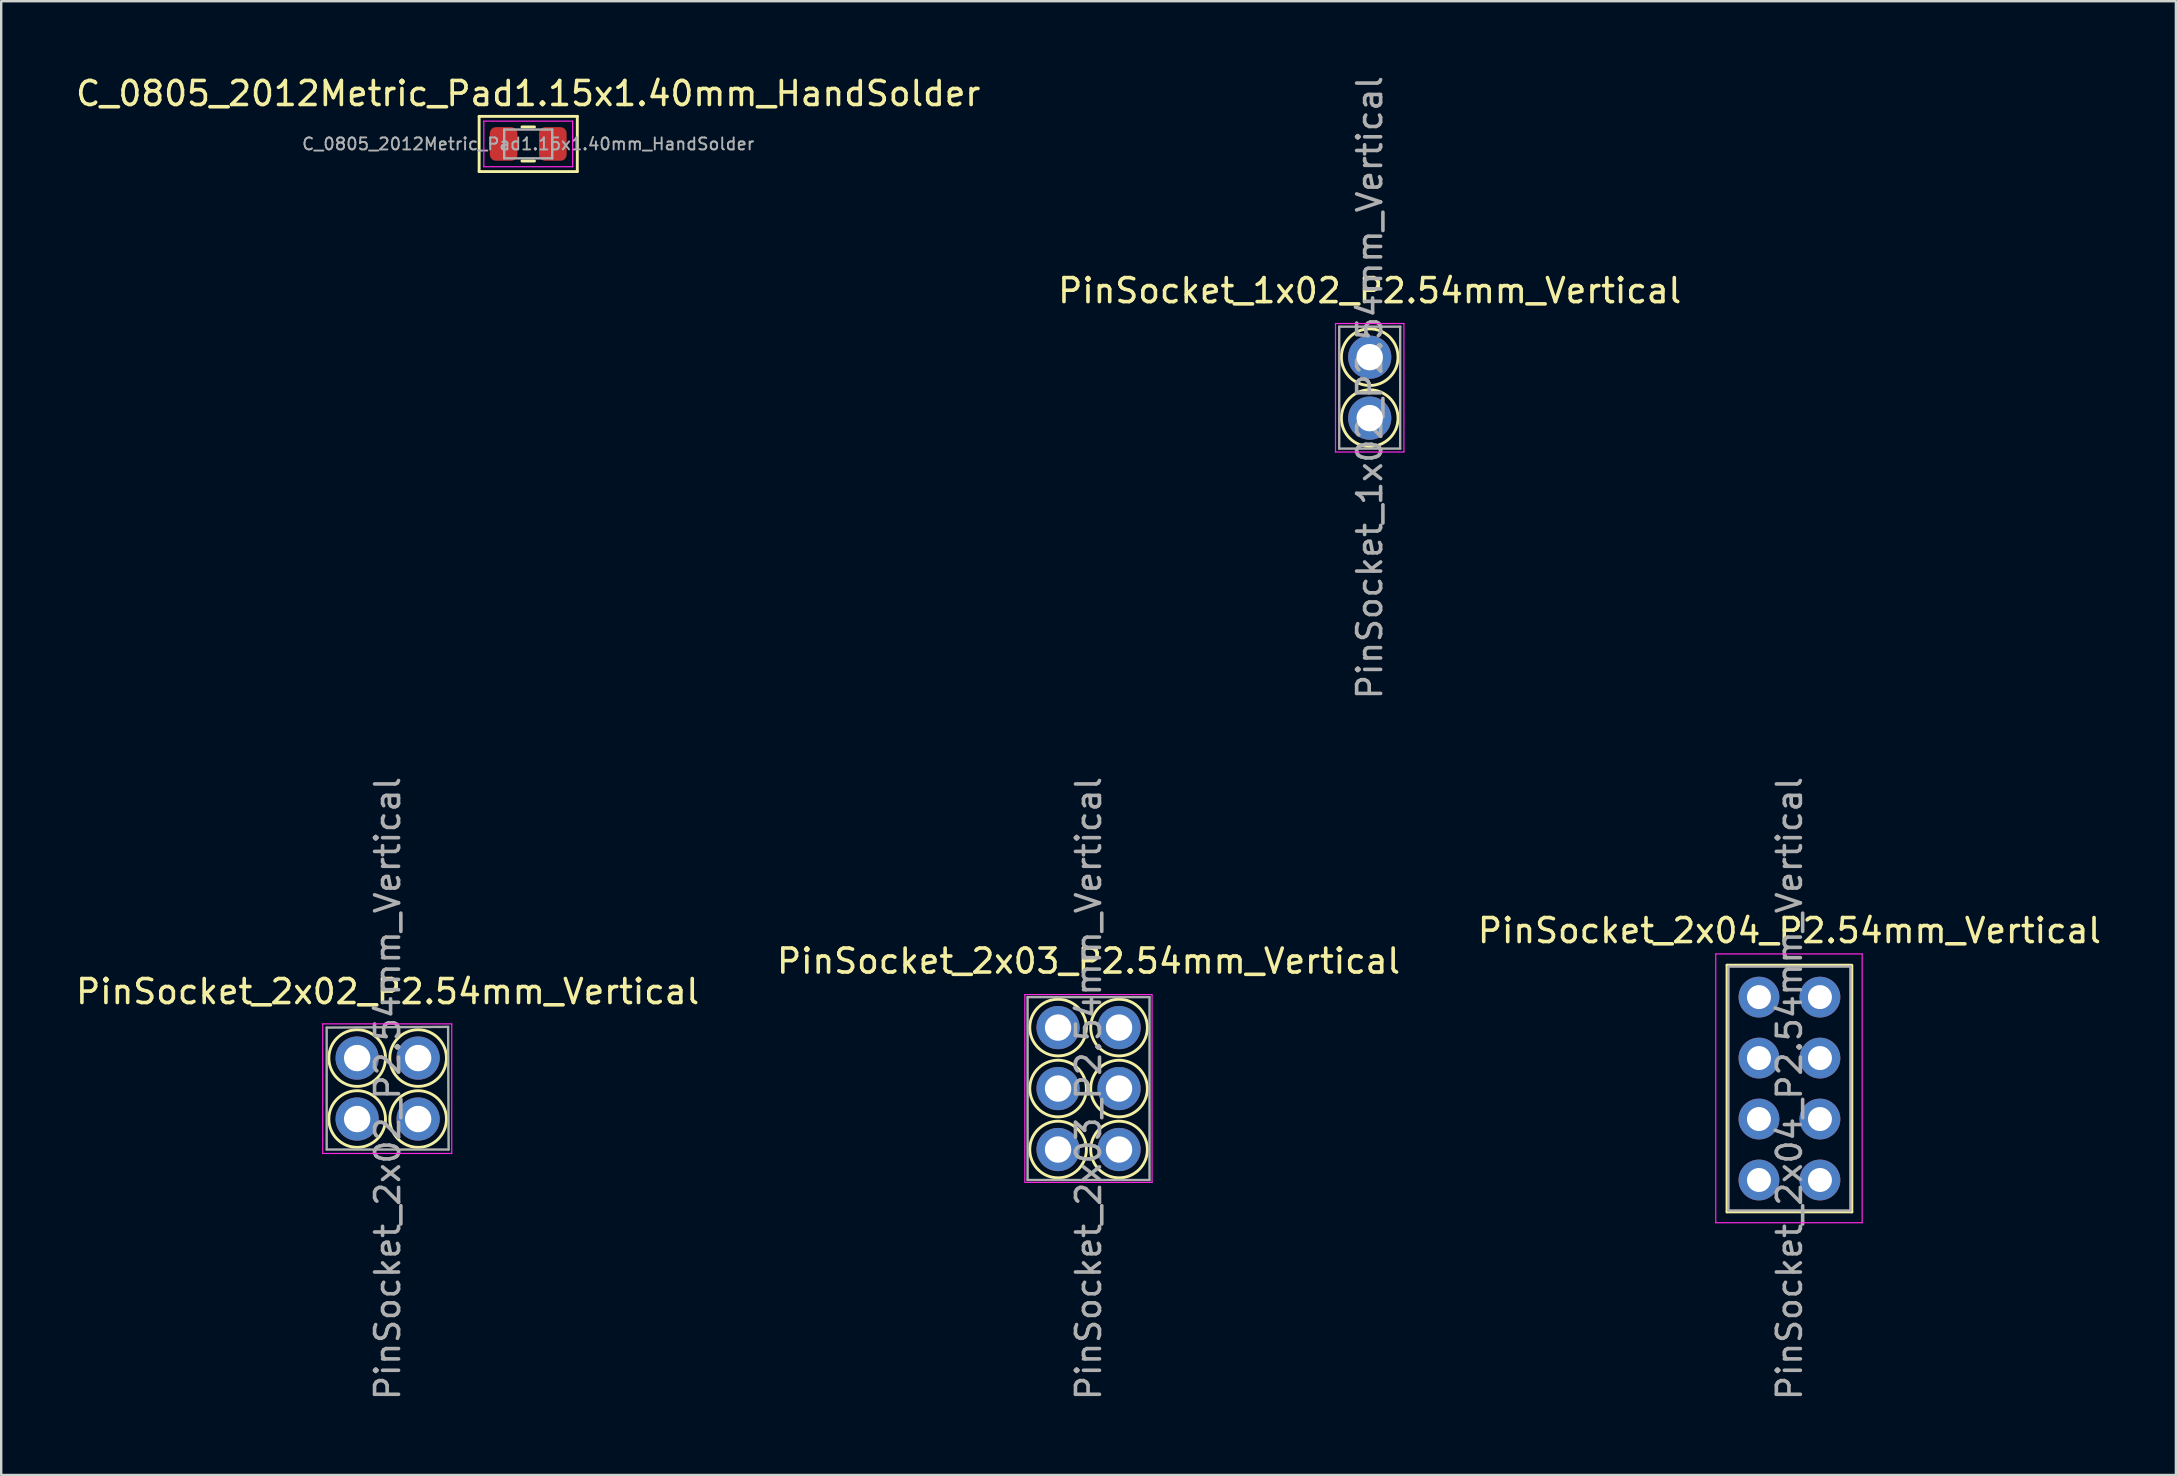
<source format=kicad_pcb>
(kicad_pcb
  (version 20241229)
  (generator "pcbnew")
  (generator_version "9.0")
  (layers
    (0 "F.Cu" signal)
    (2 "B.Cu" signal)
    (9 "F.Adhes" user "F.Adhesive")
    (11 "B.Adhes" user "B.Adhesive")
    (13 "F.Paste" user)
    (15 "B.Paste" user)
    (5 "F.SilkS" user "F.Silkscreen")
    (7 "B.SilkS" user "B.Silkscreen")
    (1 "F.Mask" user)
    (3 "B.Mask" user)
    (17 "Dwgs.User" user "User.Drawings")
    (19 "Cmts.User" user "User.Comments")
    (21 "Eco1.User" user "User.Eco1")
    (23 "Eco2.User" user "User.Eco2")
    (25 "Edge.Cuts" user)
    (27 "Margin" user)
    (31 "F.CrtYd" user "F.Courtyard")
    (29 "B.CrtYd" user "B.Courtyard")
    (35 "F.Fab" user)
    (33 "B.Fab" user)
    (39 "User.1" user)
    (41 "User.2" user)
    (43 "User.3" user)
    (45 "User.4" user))
  (footprint "PinSocket_2x02_P2.54mm_Vertical"
    (layer "F.Cu")
    (at 14.371 41.034)
    (property "Reference" "PinSocket_2x02_P2.54mm_Vertical" (at -1.27 -2.77 0) (layer "F.SilkS") (effects (font (size 1 1) (thickness 0.15))))
    (attr through_hole)
    (fp_circle (center -2.54 0) (end -1.36 0) (stroke (width 0.12) (type solid)) (fill no) (layer "F.SilkS"))
    (fp_circle (center -2.54 2.54) (end -1.36 2.54) (stroke (width 0.12) (type solid)) (fill no) (layer "F.SilkS"))
    (fp_circle (center 0 0) (end 1.18 0) (stroke (width 0.12) (type solid)) (fill no) (layer "F.SilkS"))
    (fp_circle (center 0 2.54) (end 1.18 2.54) (stroke (width 0.12) (type solid)) (fill no) (layer "F.SilkS"))
    (fp_line (start -3.975 -1.425) (end 1.4 -1.425) (stroke (width 0.05) (type solid)) (layer "F.CrtYd"))
    (fp_line (start -3.975 3.975) (end -3.975 -1.425) (stroke (width 0.05) (type solid)) (layer "F.CrtYd"))
    (fp_line (start 1.4 -1.425) (end 1.4 3.975) (stroke (width 0.05) (type solid)) (layer "F.CrtYd"))
    (fp_line (start 1.4 3.975) (end -3.975 3.975) (stroke (width 0.05) (type solid)) (layer "F.CrtYd"))
    (fp_line (start -3.81 -1.27) (end 1.25 -1.3) (stroke (width 0.1) (type solid)) (layer "F.Fab"))
    (fp_line (start -3.81 3.81) (end -3.81 -1.27) (stroke (width 0.1) (type solid)) (layer "F.Fab"))
    (fp_line (start 1.25 -1.3) (end 1.27 3.81) (stroke (width 0.1) (type solid)) (layer "F.Fab"))
    (fp_line (start 1.27 3.81) (end -3.81 3.81) (stroke (width 0.1) (type solid)) (layer "F.Fab"))
    (fp_text user "${REFERENCE}" (at -1.27 1.27 90) (layer "F.Fab") (effects (font (size 1 1) (thickness 0.15))))
    (pad "1" thru_hole circle (at -2.54 0) (size 1.8 1.8) (drill 1.1) (layers "*.Cu" "*.Mask"))
    (pad "2" thru_hole circle (at -2.54 2.54) (size 1.8 1.8) (drill 1.1) (layers "*.Cu" "*.Mask"))
    (pad "3" thru_hole circle (at 0 2.54) (size 1.8 1.8) (drill 1.1) (layers "*.Cu" "*.Mask"))
    (pad "4" thru_hole circle (at 0 0) (size 1.8 1.8) (drill 1.1) (layers "*.Cu" "*.Mask")))
  (footprint "PinSocket_1x02_P2.54mm_Vertical"
    (layer "F.Cu")
    (at 54.018 11.831)
    (property "Reference" "PinSocket_1x02_P2.54mm_Vertical" (at 0 -2.77 0) (layer "F.SilkS") (effects (font (size 1 1) (thickness 0.15))))
    (attr through_hole)
    (fp_circle (center 0 0) (end 1.18 0) (stroke (width 0.12) (type solid)) (fill no) (layer "F.SilkS"))
    (fp_circle (center 0 2.54) (end 1.18 2.54) (stroke (width 0.12) (type solid)) (fill no) (layer "F.SilkS"))
    (fp_line (start -1.425 -1.4) (end 1.425 -1.4) (stroke (width 0.05) (type solid)) (layer "F.CrtYd"))
    (fp_line (start -1.425 3.95) (end -1.425 -1.4) (stroke (width 0.05) (type solid)) (layer "F.CrtYd"))
    (fp_line (start 1.425 -1.4) (end 1.425 3.95) (stroke (width 0.05) (type solid)) (layer "F.CrtYd"))
    (fp_line (start 1.425 3.95) (end -1.425 3.95) (stroke (width 0.05) (type solid)) (layer "F.CrtYd"))
    (fp_line (start -1.27 -1.27) (end 1.275 -1.27) (stroke (width 0.1) (type solid)) (layer "F.Fab"))
    (fp_line (start -1.27 3.81) (end -1.27 -1.27) (stroke (width 0.1) (type solid)) (layer "F.Fab"))
    (fp_line (start 1.27 -1.27) (end 1.27 3.81) (stroke (width 0.1) (type solid)) (layer "F.Fab"))
    (fp_line (start 1.27 3.81) (end -1.27 3.81) (stroke (width 0.1) (type solid)) (layer "F.Fab"))
    (fp_text user "${REFERENCE}" (at 0 1.27 90) (layer "F.Fab") (effects (font (size 1 1) (thickness 0.15))))
    (pad "1" thru_hole circle (at 0 0) (size 1.8 1.8) (drill 1.1) (layers "*.Cu" "*.Mask"))
    (pad "2" thru_hole circle (at 0 2.54) (size 1.8 1.8) (drill 1.1) (layers "*.Cu" "*.Mask")))
  (footprint "C_0805_2012Metric_Pad1.15x1.40mm_HandSolder"
    (layer "F.Cu")
    (at 18.958 2.948)
    (property "Reference" "C_0805_2012Metric_Pad1.15x1.40mm_HandSolder" (at 0 -2.1 0) (layer "F.SilkS") (effects (font (size 1 1) (thickness 0.15))))
    (attr smd)
    (fp_line (start -2.045 -1.15) (end -2.045 1.15) (stroke (width 0.12) (type solid)) (layer "F.SilkS"))
    (fp_line (start -2.045 -1.15) (end 2.045 -1.15) (stroke (width 0.12) (type solid)) (layer "F.SilkS"))
    (fp_line (start -2.045 1.15) (end 2.045 1.15) (stroke (width 0.12) (type solid)) (layer "F.SilkS"))
    (fp_line (start -0.261 -0.71) (end 0.261 -0.71) (stroke (width 0.12) (type solid)) (layer "F.SilkS"))
    (fp_line (start -0.261 0.71) (end 0.261 0.71) (stroke (width 0.12) (type solid)) (layer "F.SilkS"))
    (fp_line (start 2.045 -1.15) (end 2.045 1.15) (stroke (width 0.12) (type solid)) (layer "F.SilkS"))
    (fp_line (start -1.85 -0.95) (end 1.85 -0.95) (stroke (width 0.05) (type solid)) (layer "F.CrtYd"))
    (fp_line (start -1.85 0.95) (end -1.85 -0.95) (stroke (width 0.05) (type solid)) (layer "F.CrtYd"))
    (fp_line (start 1.85 -0.95) (end 1.85 0.95) (stroke (width 0.05) (type solid)) (layer "F.CrtYd"))
    (fp_line (start 1.85 0.95) (end -1.85 0.95) (stroke (width 0.05) (type solid)) (layer "F.CrtYd"))
    (fp_line (start -1 -0.6) (end 1 -0.6) (stroke (width 0.1) (type solid)) (layer "F.Fab"))
    (fp_line (start -1 0.6) (end -1 -0.6) (stroke (width 0.1) (type solid)) (layer "F.Fab"))
    (fp_line (start 1 -0.6) (end 1 0.6) (stroke (width 0.1) (type solid)) (layer "F.Fab"))
    (fp_line (start 1 0.6) (end -1 0.6) (stroke (width 0.1) (type solid)) (layer "F.Fab"))
    (fp_text user "${REFERENCE}" (at 0 0 0) (layer "F.Fab") (effects (font (size 0.5 0.5) (thickness 0.08))))
    (pad "1" smd roundrect (at -1.025 0) (size 1.15 1.4) (layers "F.Cu" "F.Mask" "F.Paste") (roundrect_rratio 0.217))
    (pad "2" smd roundrect (at 1.025 0) (size 1.15 1.4) (layers "F.Cu" "F.Mask" "F.Paste") (roundrect_rratio 0.217)))
  (footprint "PinSocket_2x03_P2.54mm_Vertical"
    (layer "F.Cu")
    (at 43.574 39.764)
    (property "Reference" "PinSocket_2x03_P2.54mm_Vertical" (at -1.27 -2.77 0) (layer "F.SilkS") (effects (font (size 1 1) (thickness 0.15))))
    (attr through_hole)
    (fp_circle (center -2.54 0) (end -1.36 0) (stroke (width 0.12) (type solid)) (fill no) (layer "F.SilkS"))
    (fp_circle (center -2.54 2.54) (end -1.36 2.54) (stroke (width 0.12) (type solid)) (fill no) (layer "F.SilkS"))
    (fp_circle (center -2.54 5.08) (end -1.36 5.08) (stroke (width 0.12) (type solid)) (fill no) (layer "F.SilkS"))
    (fp_circle (center 0 0) (end 1.18 0) (stroke (width 0.12) (type solid)) (fill no) (layer "F.SilkS"))
    (fp_circle (center 0 2.54) (end 1.18 2.54) (stroke (width 0.12) (type solid)) (fill no) (layer "F.SilkS"))
    (fp_circle (center 0 5.08) (end 1.18 5.08) (stroke (width 0.12) (type solid)) (fill no) (layer "F.SilkS"))
    (fp_line (start -3.925 -1.375) (end 1.375 -1.375) (stroke (width 0.05) (type solid)) (layer "F.CrtYd"))
    (fp_line (start -3.925 6.45) (end -3.925 -1.375) (stroke (width 0.05) (type solid)) (layer "F.CrtYd"))
    (fp_line (start 1.375 -1.375) (end 1.375 6.45) (stroke (width 0.05) (type solid)) (layer "F.CrtYd"))
    (fp_line (start 1.375 6.45) (end -3.9 6.45) (stroke (width 0.05) (type solid)) (layer "F.CrtYd"))
    (fp_line (start -3.81 -1.27) (end 1.27 -1.27) (stroke (width 0.1) (type solid)) (layer "F.Fab"))
    (fp_line (start -3.81 6.35) (end -3.81 -1.27) (stroke (width 0.1) (type solid)) (layer "F.Fab"))
    (fp_line (start 1.27 -1.27) (end 1.27 6.35) (stroke (width 0.1) (type solid)) (layer "F.Fab"))
    (fp_line (start 1.27 6.35) (end -3.81 6.35) (stroke (width 0.1) (type solid)) (layer "F.Fab"))
    (fp_text user "${REFERENCE}" (at -1.27 2.54 90) (layer "F.Fab") (effects (font (size 1 1) (thickness 0.15))))
    (pad "1" thru_hole circle (at -2.54 0) (size 1.8 1.8) (drill 1.1) (layers "*.Cu" "*.Mask"))
    (pad "2" thru_hole circle (at -2.54 2.54) (size 1.8 1.8) (drill 1.1) (layers "*.Cu" "*.Mask"))
    (pad "3" thru_hole circle (at -2.54 5.08) (size 1.8 1.8) (drill 1.1) (layers "*.Cu" "*.Mask"))
    (pad "4" thru_hole circle (at 0 5.08) (size 1.8 1.8) (drill 1.1) (layers "*.Cu" "*.Mask"))
    (pad "5" thru_hole circle (at 0 2.54) (size 1.8 1.8) (drill 1.1) (layers "*.Cu" "*.Mask"))
    (pad "6" thru_hole circle (at 0 0) (size 1.8 1.8) (drill 1.1) (layers "*.Cu" "*.Mask")))
  (footprint "PinSocket_2x04_P2.54mm_Vertical"
    (layer "F.Cu")
    (at 72.776 38.494)
    (property "Reference" "PinSocket_2x04_P2.54mm_Vertical" (at -1.27 -2.77 0) (layer "F.SilkS") (effects (font (size 1 1) (thickness 0.15))))
    (attr through_hole)
    (fp_line (start -3.87 -1.33) (end -3.87 8.95) (stroke (width 0.12) (type solid)) (layer "F.SilkS"))
    (fp_line (start -3.87 -1.33) (end 1.27 -1.33) (stroke (width 0.12) (type solid)) (layer "F.SilkS"))
    (fp_line (start -3.87 8.95) (end 1.33 8.95) (stroke (width 0.12) (type solid)) (layer "F.SilkS"))
    (fp_line (start 1.33 -1.33) (end 1.33 8.95) (stroke (width 0.12) (type solid)) (layer "F.SilkS"))
    (fp_line (start -4.34 -1.8) (end 1.76 -1.8) (stroke (width 0.05) (type solid)) (layer "F.CrtYd"))
    (fp_line (start -4.34 9.4) (end -4.34 -1.8) (stroke (width 0.05) (type solid)) (layer "F.CrtYd"))
    (fp_line (start 1.76 -1.8) (end 1.76 9.4) (stroke (width 0.05) (type solid)) (layer "F.CrtYd"))
    (fp_line (start 1.76 9.4) (end -4.34 9.4) (stroke (width 0.05) (type solid)) (layer "F.CrtYd"))
    (fp_line (start -3.81 -1.27) (end 1.27 -1.27) (stroke (width 0.1) (type solid)) (layer "F.Fab"))
    (fp_line (start -3.81 8.89) (end -3.81 -1.27) (stroke (width 0.1) (type solid)) (layer "F.Fab"))
    (fp_line (start 1.27 -1.27) (end 1.27 8.89) (stroke (width 0.1) (type solid)) (layer "F.Fab"))
    (fp_line (start 1.27 8.89) (end -3.81 8.89) (stroke (width 0.1) (type solid)) (layer "F.Fab"))
    (fp_text user "${REFERENCE}" (at -1.27 3.81 90) (layer "F.Fab") (effects (font (size 1 1) (thickness 0.15))))
    (pad "1" thru_hole oval (at -2.54 0) (size 1.7 1.7) (drill 1) (layers "*.Cu" "*.Mask"))
    (pad "2" thru_hole oval (at -2.54 2.54) (size 1.7 1.7) (drill 1) (layers "*.Cu" "*.Mask"))
    (pad "3" thru_hole oval (at -2.54 5.08) (size 1.7 1.7) (drill 1) (layers "*.Cu" "*.Mask"))
    (pad "4" thru_hole oval (at -2.54 7.62) (size 1.7 1.7) (drill 1) (layers "*.Cu" "*.Mask"))
    (pad "5" thru_hole oval (at 0 7.62) (size 1.7 1.7) (drill 1) (layers "*.Cu" "*.Mask"))
    (pad "6" thru_hole oval (at 0 5.08) (size 1.7 1.7) (drill 1) (layers "*.Cu" "*.Mask"))
    (pad "7" thru_hole oval (at 0 2.54) (size 1.7 1.7) (drill 1) (layers "*.Cu" "*.Mask"))
    (pad "8" thru_hole circle (at 0 0) (size 1.7 1.7) (drill 1) (layers "*.Cu" "*.Mask")))
  (gr_rect
    (start -3 -3)
    (end 87.607 58.405)
    (stroke (width 0.1) (type default))
    (fill no)
    (layer "Edge.Cuts")))
</source>
